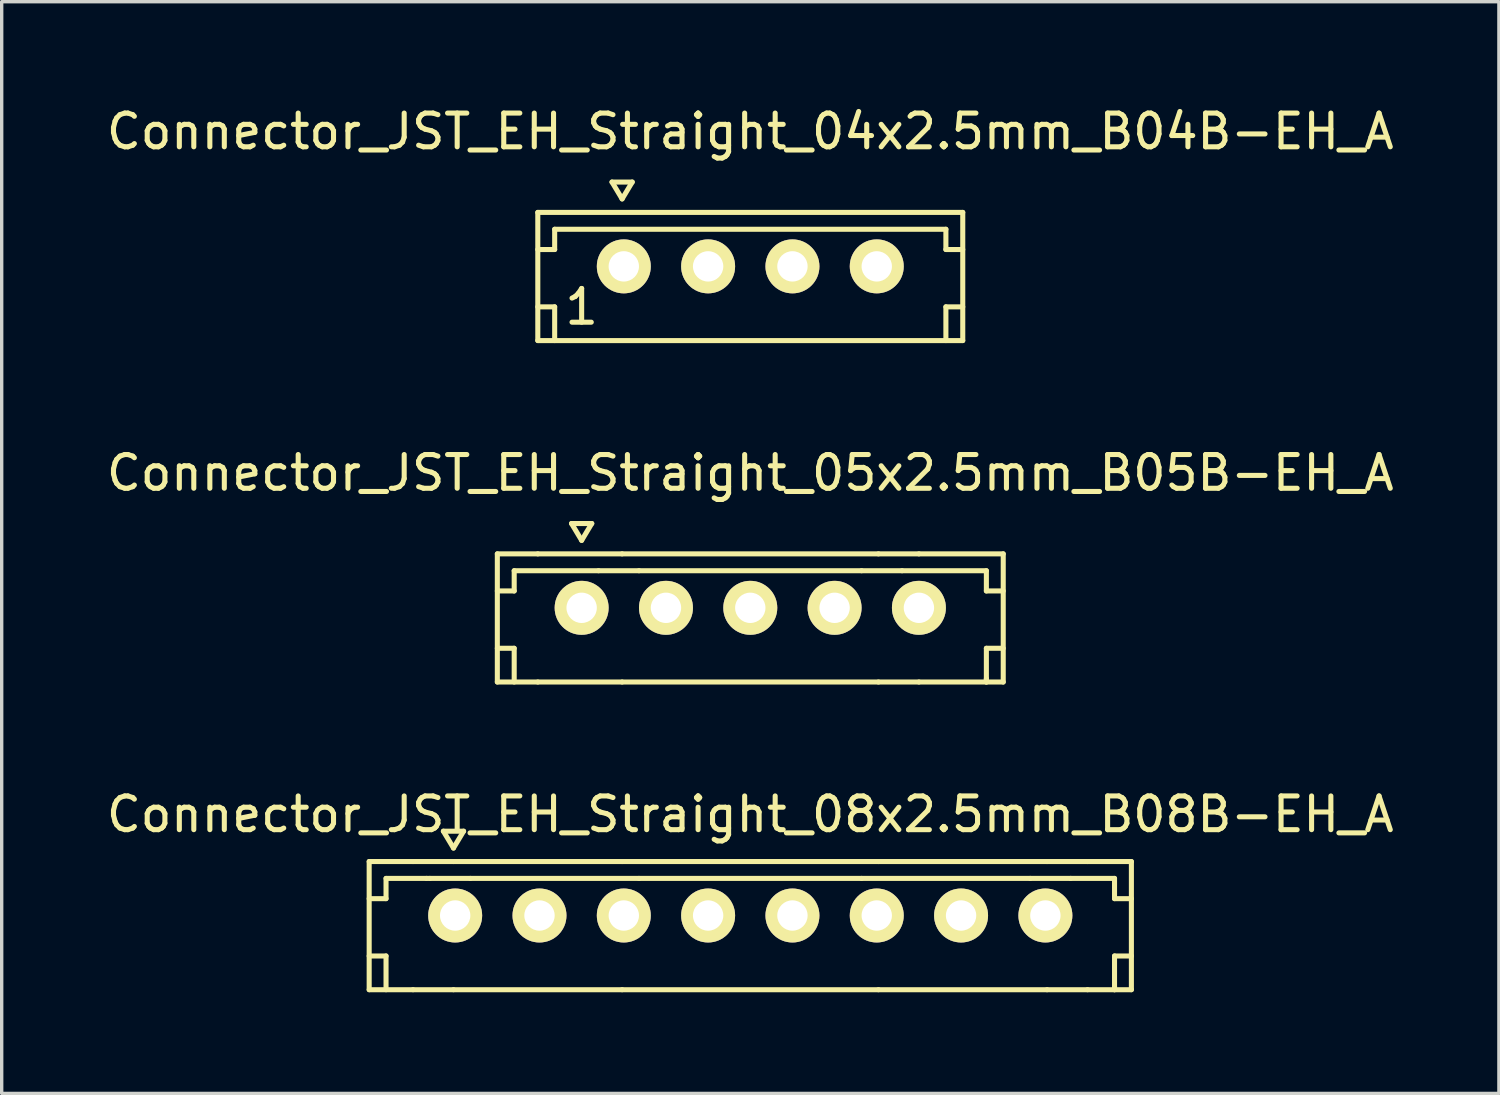
<source format=kicad_pcb>
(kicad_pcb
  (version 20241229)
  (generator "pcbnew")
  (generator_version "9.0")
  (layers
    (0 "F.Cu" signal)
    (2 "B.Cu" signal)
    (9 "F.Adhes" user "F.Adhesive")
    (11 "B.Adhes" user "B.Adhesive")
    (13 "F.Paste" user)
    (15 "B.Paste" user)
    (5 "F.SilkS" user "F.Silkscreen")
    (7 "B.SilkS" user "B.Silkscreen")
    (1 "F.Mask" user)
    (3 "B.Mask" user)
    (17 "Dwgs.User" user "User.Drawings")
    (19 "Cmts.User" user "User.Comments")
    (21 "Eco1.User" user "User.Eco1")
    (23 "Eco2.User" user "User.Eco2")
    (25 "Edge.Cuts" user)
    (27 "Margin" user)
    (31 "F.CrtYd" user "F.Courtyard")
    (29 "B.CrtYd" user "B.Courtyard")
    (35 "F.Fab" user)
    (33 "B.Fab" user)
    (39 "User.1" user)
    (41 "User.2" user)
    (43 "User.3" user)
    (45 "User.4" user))
  (footprint "Connector_JST_EH_Straight_05x2.5mm_B05B-EH_A"
    (layer "F.Cu")
    (at 19.196 14.972)
    (property "Reference" "Connector_JST_EH_Straight_05x2.5mm_B05B-EH_A" (at 0 -4 0) (layer "F.SilkS") (effects (font (size 1 1) (thickness 0.15))))
    (attr through_hole)
    (fp_line (start -7.5 -1.6) (end -7.5 2.2) (stroke (width 0.15) (type solid)) (layer "F.SilkS"))
    (fp_line (start -7.5 -1.6) (end -6.3 -1.6) (stroke (width 0.15) (type solid)) (layer "F.SilkS"))
    (fp_line (start -7.5 2.2) (end -6.3 2.2) (stroke (width 0.15) (type solid)) (layer "F.SilkS"))
    (fp_line (start -7 -1.1) (end -7 -0.5) (stroke (width 0.15) (type solid)) (layer "F.SilkS"))
    (fp_line (start -7 -0.5) (end -7.5 -0.5) (stroke (width 0.15) (type solid)) (layer "F.SilkS"))
    (fp_line (start -7 1.2) (end -7.5 1.2) (stroke (width 0.15) (type solid)) (layer "F.SilkS"))
    (fp_line (start -7 1.2) (end -7 2.2) (stroke (width 0.15) (type solid)) (layer "F.SilkS"))
    (fp_line (start -6.3 -1.6) (end -3.8 -1.6) (stroke (width 0.15) (type solid)) (layer "F.SilkS"))
    (fp_line (start -6.3 2.2) (end -3.8 2.2) (stroke (width 0.15) (type solid)) (layer "F.SilkS"))
    (fp_line (start -5.3 -2.5) (end -5 -2) (stroke (width 0.15) (type solid)) (layer "F.SilkS"))
    (fp_line (start -5 -2) (end -4.7 -2.5) (stroke (width 0.15) (type solid)) (layer "F.SilkS"))
    (fp_line (start -4.7 -2.5) (end -5.3 -2.5) (stroke (width 0.15) (type solid)) (layer "F.SilkS"))
    (fp_line (start -4.5 -1.1) (end -7 -1.1) (stroke (width 0.15) (type solid)) (layer "F.SilkS"))
    (fp_line (start -3.8 -1.6) (end 3.8 -1.6) (stroke (width 0.15) (type solid)) (layer "F.SilkS"))
    (fp_line (start -3.3 -1.1) (end -4.5 -1.1) (stroke (width 0.15) (type solid)) (layer "F.SilkS"))
    (fp_line (start 3.3 -1.1) (end -3.3 -1.1) (stroke (width 0.15) (type solid)) (layer "F.SilkS"))
    (fp_line (start 3.8 -1.6) (end 5 -1.6) (stroke (width 0.15) (type solid)) (layer "F.SilkS"))
    (fp_line (start 3.8 2.2) (end -3.8 2.2) (stroke (width 0.15) (type solid)) (layer "F.SilkS"))
    (fp_line (start 3.8 2.2) (end 5 2.2) (stroke (width 0.15) (type solid)) (layer "F.SilkS"))
    (fp_line (start 4.5 -1.1) (end 3.3 -1.1) (stroke (width 0.15) (type solid)) (layer "F.SilkS"))
    (fp_line (start 5 -1.6) (end 7.5 -1.6) (stroke (width 0.15) (type solid)) (layer "F.SilkS"))
    (fp_line (start 7 -1.1) (end 4.5 -1.1) (stroke (width 0.15) (type solid)) (layer "F.SilkS"))
    (fp_line (start 7 -1.1) (end 7 -0.5) (stroke (width 0.15) (type solid)) (layer "F.SilkS"))
    (fp_line (start 7 1.2) (end 7 2.2) (stroke (width 0.15) (type solid)) (layer "F.SilkS"))
    (fp_line (start 7 1.2) (end 7.5 1.2) (stroke (width 0.15) (type solid)) (layer "F.SilkS"))
    (fp_line (start 7 2.2) (end 7 2.1) (stroke (width 0.15) (type solid)) (layer "F.SilkS"))
    (fp_line (start 7.5 -1.6) (end 7.5 2.2) (stroke (width 0.15) (type solid)) (layer "F.SilkS"))
    (fp_line (start 7.5 -0.5) (end 7 -0.5) (stroke (width 0.15) (type solid)) (layer "F.SilkS"))
    (fp_line (start 7.5 2.2) (end 5 2.2) (stroke (width 0.15) (type solid)) (layer "F.SilkS"))
    (pad "1" thru_hole circle (at -5 0) (size 1.6 1.6) (drill 0.9) (layers "*.Cu" "*.Mask" "F.SilkS"))
    (pad "2" thru_hole circle (at -2.5 0) (size 1.6 1.6) (drill 0.9) (layers "*.Cu" "*.Mask" "F.SilkS"))
    (pad "3" thru_hole circle (at 0 0) (size 1.6 1.6) (drill 0.9) (layers "*.Cu" "*.Mask" "F.SilkS"))
    (pad "4" thru_hole circle (at 2.5 0) (size 1.6 1.6) (drill 0.9) (layers "*.Cu" "*.Mask" "F.SilkS"))
    (pad "5" thru_hole circle (at 5 0) (size 1.6 1.6) (drill 0.9) (layers "*.Cu" "*.Mask" "F.SilkS")))
  (footprint "Connector_JST_EH_Straight_04x2.5mm_B04B-EH_A"
    (layer "F.Cu")
    (at 19.196 4.848)
    (property "Reference" "Connector_JST_EH_Straight_04x2.5mm_B04B-EH_A" (at 0 -4 0) (layer "F.SilkS") (effects (font (size 1 1) (thickness 0.15))))
    (attr through_hole)
    (fp_line (start -6.3 -1.6) (end -6.3 2.2) (stroke (width 0.15) (type solid)) (layer "F.SilkS"))
    (fp_line (start -6.3 2.2) (end 6.3 2.2) (stroke (width 0.15) (type solid)) (layer "F.SilkS"))
    (fp_line (start -5.8 -1.1) (end -5.8 -0.5) (stroke (width 0.15) (type solid)) (layer "F.SilkS"))
    (fp_line (start -5.8 -0.5) (end -6.3 -0.5) (stroke (width 0.15) (type solid)) (layer "F.SilkS"))
    (fp_line (start -5.8 1.2) (end -6.3 1.2) (stroke (width 0.15) (type solid)) (layer "F.SilkS"))
    (fp_line (start -5.8 2.2) (end -5.8 1.2) (stroke (width 0.15) (type solid)) (layer "F.SilkS"))
    (fp_line (start -4.1 -2.5) (end -3.8 -2) (stroke (width 0.15) (type solid)) (layer "F.SilkS"))
    (fp_line (start -3.8 -2) (end -3.5 -2.5) (stroke (width 0.15) (type solid)) (layer "F.SilkS"))
    (fp_line (start -3.5 -2.5) (end -4.1 -2.5) (stroke (width 0.15) (type solid)) (layer "F.SilkS"))
    (fp_line (start 5.8 -1.1) (end -5.8 -1.1) (stroke (width 0.15) (type solid)) (layer "F.SilkS"))
    (fp_line (start 5.8 -0.5) (end 5.8 -1.1) (stroke (width 0.15) (type solid)) (layer "F.SilkS"))
    (fp_line (start 5.8 1.2) (end 6.3 1.2) (stroke (width 0.15) (type solid)) (layer "F.SilkS"))
    (fp_line (start 5.8 2.2) (end 5.8 1.2) (stroke (width 0.15) (type solid)) (layer "F.SilkS"))
    (fp_line (start 6.3 -1.6) (end -6.3 -1.6) (stroke (width 0.15) (type solid)) (layer "F.SilkS"))
    (fp_line (start 6.3 -0.5) (end 5.8 -0.5) (stroke (width 0.15) (type solid)) (layer "F.SilkS"))
    (fp_line (start 6.3 2.2) (end 6.3 -1.6) (stroke (width 0.15) (type solid)) (layer "F.SilkS"))
    (fp_text user "1" (at -5 1.2 0) (layer "F.SilkS") (effects (font (size 1 1) (thickness 0.15))))
    (pad "1" thru_hole circle (at -3.75 0) (size 1.6 1.6) (drill 0.9) (layers "*.Cu" "*.Mask" "F.SilkS"))
    (pad "2" thru_hole circle (at -1.25 0) (size 1.6 1.6) (drill 0.9) (layers "*.Cu" "*.Mask" "F.SilkS"))
    (pad "3" thru_hole circle (at 1.25 0) (size 1.6 1.6) (drill 0.9) (layers "*.Cu" "*.Mask" "F.SilkS"))
    (pad "4" thru_hole circle (at 3.75 0) (size 1.6 1.6) (drill 0.9) (layers "*.Cu" "*.Mask" "F.SilkS")))
  (footprint "Connector_JST_EH_Straight_08x2.5mm_B08B-EH_A"
    (layer "F.Cu")
    (at 19.196 24.095)
    (property "Reference" "Connector_JST_EH_Straight_08x2.5mm_B08B-EH_A" (at 0 -3 0) (layer "F.SilkS") (effects (font (size 1 1) (thickness 0.15))))
    (attr through_hole)
    (fp_line (start -11.3 -1.6) (end -11.3 2.2) (stroke (width 0.15) (type solid)) (layer "F.SilkS"))
    (fp_line (start -11.3 -1.6) (end -10 -1.6) (stroke (width 0.15) (type solid)) (layer "F.SilkS"))
    (fp_line (start -11.3 2.2) (end -10 2.2) (stroke (width 0.15) (type solid)) (layer "F.SilkS"))
    (fp_line (start -10.8 -1.1) (end -10.8 -0.5) (stroke (width 0.15) (type solid)) (layer "F.SilkS"))
    (fp_line (start -10.8 -0.5) (end -11.3 -0.5) (stroke (width 0.15) (type solid)) (layer "F.SilkS"))
    (fp_line (start -10.8 1.2) (end -11.3 1.2) (stroke (width 0.15) (type solid)) (layer "F.SilkS"))
    (fp_line (start -10.8 1.2) (end -10.8 2.2) (stroke (width 0.15) (type solid)) (layer "F.SilkS"))
    (fp_line (start -9.6 -1.1) (end -10.8 -1.1) (stroke (width 0.15) (type solid)) (layer "F.SilkS"))
    (fp_line (start -9.5 -1.1) (end -9.6 -1.1) (stroke (width 0.15) (type solid)) (layer "F.SilkS"))
    (fp_line (start -9.5 -1.1) (end -8.3 -1.1) (stroke (width 0.15) (type solid)) (layer "F.SilkS"))
    (fp_line (start -9.1 -2.5) (end -8.8 -2) (stroke (width 0.15) (type solid)) (layer "F.SilkS"))
    (fp_line (start -8.8 -2) (end -8.5 -2.5) (stroke (width 0.15) (type solid)) (layer "F.SilkS"))
    (fp_line (start -8.8 -1.6) (end -10 -1.6) (stroke (width 0.15) (type solid)) (layer "F.SilkS"))
    (fp_line (start -8.8 -1.6) (end -3.8 -1.6) (stroke (width 0.15) (type solid)) (layer "F.SilkS"))
    (fp_line (start -8.8 2.2) (end -10 2.2) (stroke (width 0.15) (type solid)) (layer "F.SilkS"))
    (fp_line (start -8.8 2.2) (end -3.8 2.2) (stroke (width 0.15) (type solid)) (layer "F.SilkS"))
    (fp_line (start -8.5 -2.5) (end -9.1 -2.5) (stroke (width 0.15) (type solid)) (layer "F.SilkS"))
    (fp_line (start -3.8 -1.6) (end 3.8 -1.6) (stroke (width 0.15) (type solid)) (layer "F.SilkS"))
    (fp_line (start -3.3 -1.1) (end -8.3 -1.1) (stroke (width 0.15) (type solid)) (layer "F.SilkS"))
    (fp_line (start 3.3 -1.1) (end -3.3 -1.1) (stroke (width 0.15) (type solid)) (layer "F.SilkS"))
    (fp_line (start 3.8 -1.6) (end 8.8 -1.6) (stroke (width 0.15) (type solid)) (layer "F.SilkS"))
    (fp_line (start 3.8 2.2) (end -3.8 2.2) (stroke (width 0.15) (type solid)) (layer "F.SilkS"))
    (fp_line (start 3.8 2.2) (end 8.8 2.2) (stroke (width 0.15) (type solid)) (layer "F.SilkS"))
    (fp_line (start 8.3 -1.1) (end 3.3 -1.1) (stroke (width 0.15) (type solid)) (layer "F.SilkS"))
    (fp_line (start 8.3 -1.1) (end 9.5 -1.1) (stroke (width 0.15) (type solid)) (layer "F.SilkS"))
    (fp_line (start 9.5 -1.1) (end 10.8 -1.1) (stroke (width 0.15) (type solid)) (layer "F.SilkS"))
    (fp_line (start 10 -1.6) (end 8.8 -1.6) (stroke (width 0.15) (type solid)) (layer "F.SilkS"))
    (fp_line (start 10 2.2) (end 8.8 2.2) (stroke (width 0.15) (type solid)) (layer "F.SilkS"))
    (fp_line (start 10.8 -1.1) (end 10.8 -0.5) (stroke (width 0.15) (type solid)) (layer "F.SilkS"))
    (fp_line (start 10.8 1.2) (end 10.8 2.2) (stroke (width 0.15) (type solid)) (layer "F.SilkS"))
    (fp_line (start 10.8 1.2) (end 11.3 1.2) (stroke (width 0.15) (type solid)) (layer "F.SilkS"))
    (fp_line (start 10.8 2.2) (end 10.8 2.1) (stroke (width 0.15) (type solid)) (layer "F.SilkS"))
    (fp_line (start 11.3 -1.6) (end 10 -1.6) (stroke (width 0.15) (type solid)) (layer "F.SilkS"))
    (fp_line (start 11.3 -1.6) (end 11.3 2.2) (stroke (width 0.15) (type solid)) (layer "F.SilkS"))
    (fp_line (start 11.3 -0.5) (end 10.8 -0.5) (stroke (width 0.15) (type solid)) (layer "F.SilkS"))
    (fp_line (start 11.3 2.2) (end 10 2.2) (stroke (width 0.15) (type solid)) (layer "F.SilkS"))
    (pad "1" thru_hole circle (at -8.75 0) (size 1.6 1.6) (drill 0.9) (layers "*.Cu" "*.Mask" "F.SilkS"))
    (pad "2" thru_hole circle (at -6.25 0) (size 1.6 1.6) (drill 0.9) (layers "*.Cu" "*.Mask" "F.SilkS"))
    (pad "3" thru_hole circle (at -3.75 0) (size 1.6 1.6) (drill 0.9) (layers "*.Cu" "*.Mask" "F.SilkS"))
    (pad "4" thru_hole circle (at -1.25 0) (size 1.6 1.6) (drill 0.9) (layers "*.Cu" "*.Mask" "F.SilkS"))
    (pad "5" thru_hole circle (at 1.25 0) (size 1.6 1.6) (drill 0.9) (layers "*.Cu" "*.Mask" "F.SilkS"))
    (pad "6" thru_hole circle (at 3.75 0) (size 1.6 1.6) (drill 0.9) (layers "*.Cu" "*.Mask" "F.SilkS"))
    (pad "7" thru_hole circle (at 6.25 0) (size 1.6 1.6) (drill 0.9) (layers "*.Cu" "*.Mask" "F.SilkS"))
    (pad "8" thru_hole circle (at 8.75 0) (size 1.6 1.6) (drill 0.9) (layers "*.Cu" "*.Mask" "F.SilkS")))
  (gr_rect
    (start -3 -3)
    (end 41.393 29.37)
    (stroke (width 0.1) (type default))
    (fill no)
    (layer "Edge.Cuts")))
</source>
